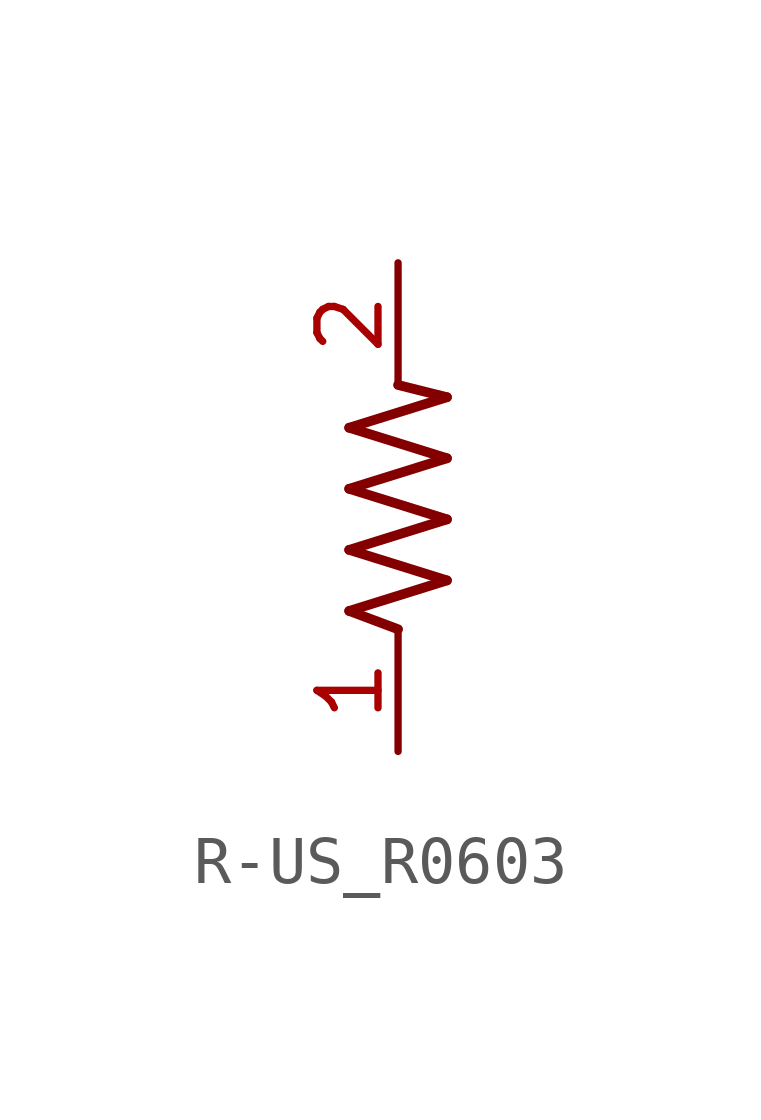
<source format=kicad_sym>
(kicad_symbol_lib
  (version 20231120)
  (generator "kicad_symbol_editor")
  (generator_version "8.0")
  (symbol "R-US_R0603"
    (property "Reference" "R"
      (at 0 0 0)
      (effects (font (size 1.27 1.27)) (hide yes)))
    (property "ki_locked" ""
      (at 0 0 0)
      (effects (font (size 1.27 1.27))))
    (symbol "R-US_R0603_1_0"
      (polyline (pts (xy -1.016 -2.159) (xy 1.016 -1.524)) (stroke (width 0.203) (type solid)) (fill (type none)))
      (polyline (pts (xy -1.016 -0.889) (xy 1.016 -0.254)) (stroke (width 0.203) (type solid)) (fill (type none)))
      (polyline (pts (xy -1.016 0.381) (xy 1.016 1.016)) (stroke (width 0.203) (type solid)) (fill (type none)))
      (polyline (pts (xy -1.016 1.651) (xy 1.016 2.286)) (stroke (width 0.203) (type solid)) (fill (type none)))
      (polyline (pts (xy 0 -2.54) (xy -1.016 -2.159)) (stroke (width 0.203) (type solid)) (fill (type none)))
      (polyline (pts (xy 1.016 -1.524) (xy -1.016 -0.889)) (stroke (width 0.203) (type solid)) (fill (type none)))
      (polyline (pts (xy 1.016 -0.254) (xy -1.016 0.381)) (stroke (width 0.203) (type solid)) (fill (type none)))
      (polyline (pts (xy 1.016 1.016) (xy -1.016 1.651)) (stroke (width 0.203) (type solid)) (fill (type none)))
      (polyline (pts (xy 1.016 2.286) (xy 0 2.54)) (stroke (width 0.203) (type solid)) (fill (type none)))
      (pin passive line (at 0 -5.08 90) (length 2.54) (name "1" (effects (font (size 0 0)))) (number "1" (effects (font (size 1.27 1.27)))))
      (pin passive line (at 0 5.08 270) (length 2.54) (name "2" (effects (font (size 0 0)))) (number "2" (effects (font (size 1.27 1.27))))))))
</source>
